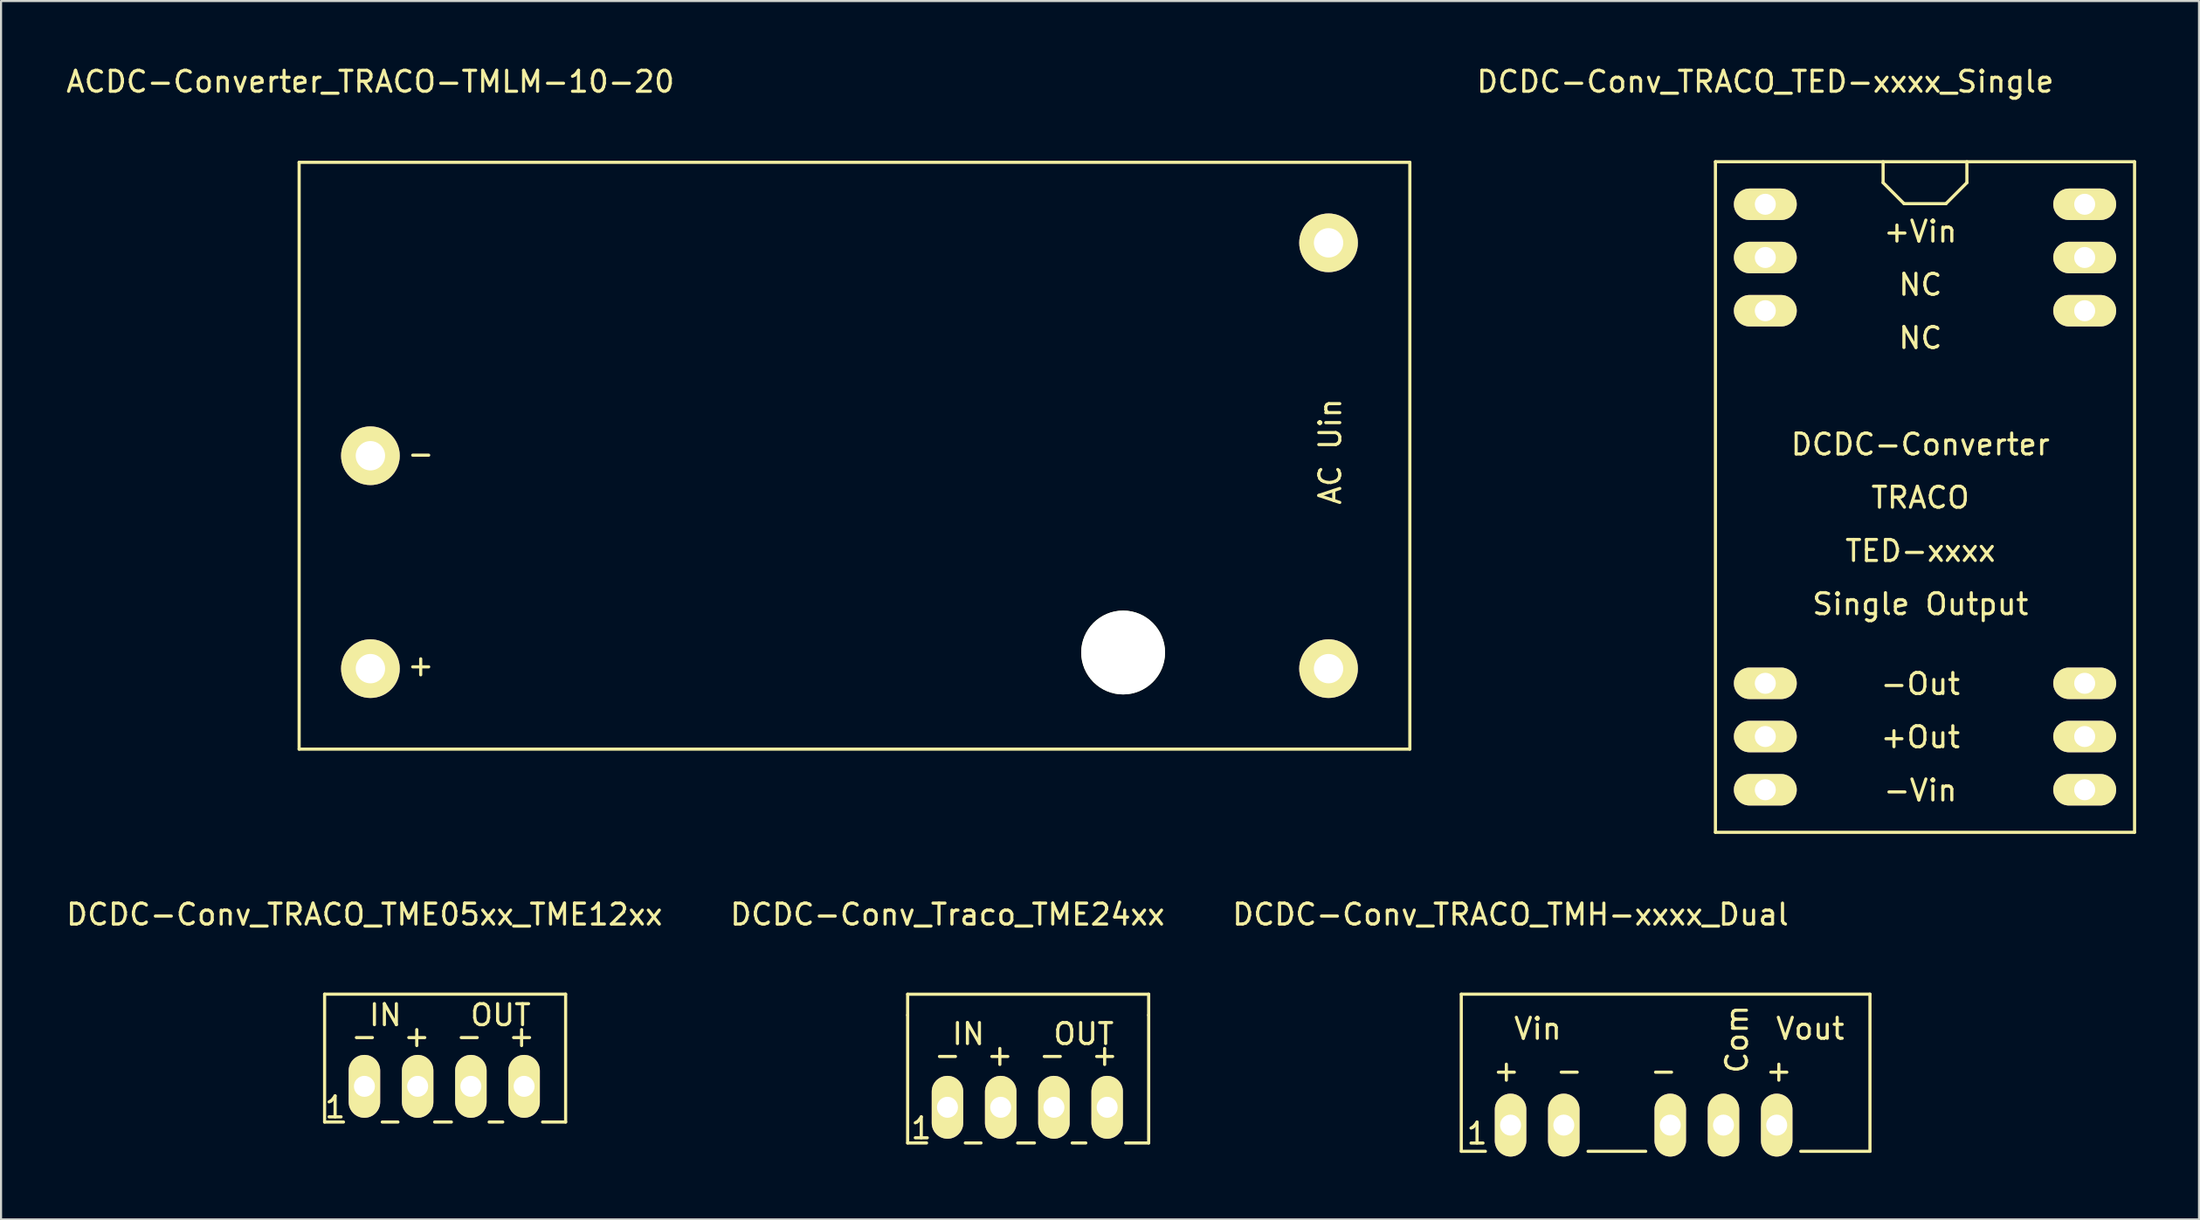
<source format=kicad_pcb>
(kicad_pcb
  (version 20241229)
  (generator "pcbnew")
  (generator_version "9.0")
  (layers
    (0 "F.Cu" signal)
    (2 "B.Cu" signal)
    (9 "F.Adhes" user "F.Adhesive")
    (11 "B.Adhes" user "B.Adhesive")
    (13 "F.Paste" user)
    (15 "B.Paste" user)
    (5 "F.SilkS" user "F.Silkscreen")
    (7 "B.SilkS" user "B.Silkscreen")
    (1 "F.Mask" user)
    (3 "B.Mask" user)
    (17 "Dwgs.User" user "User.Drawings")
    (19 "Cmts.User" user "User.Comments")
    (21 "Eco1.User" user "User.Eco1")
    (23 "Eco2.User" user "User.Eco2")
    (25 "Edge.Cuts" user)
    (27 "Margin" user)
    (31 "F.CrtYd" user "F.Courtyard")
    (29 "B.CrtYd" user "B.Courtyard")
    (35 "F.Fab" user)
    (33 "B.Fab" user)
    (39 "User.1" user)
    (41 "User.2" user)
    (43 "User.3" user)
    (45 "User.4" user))
  (footprint "ACDC-Converter_TRACO-TMLM-10-20"
    (layer "F.Cu")
    (at 14.625 18.698)
    (property "Reference" "ACDC-Converter_TRACO-TMLM-10-20" (at 0 -17.85 0) (layer "F.SilkS") (effects (font (size 1 1) (thickness 0.15))))
    (attr through_hole)
    (fp_line (start -3.401 -14.001) (end 49.599 -14.001) (stroke (width 0.15) (type solid)) (layer "F.SilkS"))
    (fp_line (start -3.401 14.001) (end -3.401 -14.001) (stroke (width 0.15) (type solid)) (layer "F.SilkS"))
    (fp_line (start 49.599 -14.001) (end 49.599 14.001) (stroke (width 0.15) (type solid)) (layer "F.SilkS"))
    (fp_line (start 49.599 14.001) (end -3.401 14.001) (stroke (width 0.15) (type solid)) (layer "F.SilkS"))
    (fp_text user "AC Uin" (at 45.8 -0.2 90) (layer "F.SilkS") (effects (font (size 1 1) (thickness 0.15))))
    (fp_text user "-" (at 2.4 -0.1 0) (layer "F.SilkS") (effects (font (size 1 1) (thickness 0.15))))
    (fp_text user "+" (at 2.4 10 0) (layer "F.SilkS") (effects (font (size 1 1) (thickness 0.15))))
    (pad "" np_thru_hole circle (at 35.918 9.39) (size 4 4) (drill 4) (layers "*.Cu" "*.Mask" "F.SilkS"))
    (pad "1" thru_hole circle (at 0 0) (size 2.799 2.799) (drill 1.4) (layers "*.Cu" "*.Mask" "F.SilkS"))
    (pad "2" thru_hole circle (at 0 10.16) (size 2.799 2.799) (drill 1.4) (layers "*.Cu" "*.Mask" "F.SilkS"))
    (pad "3" thru_hole circle (at 45.72 10.16) (size 2.799 2.799) (drill 1.4) (layers "*.Cu" "*.Mask" "F.SilkS"))
    (pad "4" thru_hole circle (at 45.72 -10.16) (size 2.799 2.799) (drill 1.4) (layers "*.Cu" "*.Mask" "F.SilkS")))
  (footprint "DCDC-Conv_Traco_TME24xx"
    (layer "F.Cu")
    (at 42.161 49.791)
    (property "Reference" "DCDC-Conv_Traco_TME24xx" (at 0 -9.2 0) (layer "F.SilkS") (effects (font (size 1 1) (thickness 0.15))))
    (attr through_hole)
    (fp_line (start -1.9 -5.397) (end -1.9 -4.399) (stroke (width 0.15) (type solid)) (layer "F.SilkS"))
    (fp_line (start -1.9 -4.399) (end -1.9 1.702) (stroke (width 0.15) (type solid)) (layer "F.SilkS"))
    (fp_line (start -0.998 1.702) (end -1.9 1.702) (stroke (width 0.15) (type solid)) (layer "F.SilkS"))
    (fp_line (start 1.6 1.702) (end 0.851 1.702) (stroke (width 0.15) (type solid)) (layer "F.SilkS"))
    (fp_line (start 4.15 1.702) (end 3.35 1.702) (stroke (width 0.15) (type solid)) (layer "F.SilkS"))
    (fp_line (start 6.601 1.702) (end 5.951 1.702) (stroke (width 0.15) (type solid)) (layer "F.SilkS"))
    (fp_line (start 9.601 -5.397) (end -1.9 -5.397) (stroke (width 0.15) (type solid)) (layer "F.SilkS"))
    (fp_line (start 9.601 -4.399) (end 9.601 -5.397) (stroke (width 0.15) (type solid)) (layer "F.SilkS"))
    (fp_line (start 9.601 1.702) (end 8.501 1.702) (stroke (width 0.15) (type solid)) (layer "F.SilkS"))
    (fp_line (start 9.601 1.702) (end 9.601 -4.399) (stroke (width 0.15) (type solid)) (layer "F.SilkS"))
    (fp_text user "-" (at -0.001 -2.5 0) (layer "F.SilkS") (effects (font (size 1 1) (thickness 0.15))))
    (fp_text user "OUT" (at 6.499 -3.499 0) (layer "F.SilkS") (effects (font (size 1 1) (thickness 0.15))))
    (fp_text user "IN" (at 1 -3.499 0) (layer "F.SilkS") (effects (font (size 1 1) (thickness 0.15))))
    (fp_text user "-" (at 5.001 -2.5 0) (layer "F.SilkS") (effects (font (size 1 1) (thickness 0.15))))
    (fp_text user "+" (at 2.499 -2.5 0) (layer "F.SilkS") (effects (font (size 1 1) (thickness 0.15))))
    (fp_text user "+" (at 7.5 -2.5 0) (layer "F.SilkS") (effects (font (size 1 1) (thickness 0.15))))
    (fp_text user "1" (at -1.25 1 0) (layer "F.SilkS") (effects (font (size 1 1) (thickness 0.15))))
    (pad "1" thru_hole oval (at 0 0) (size 1.501 3) (drill 1.001) (layers "*.Cu" "*.Mask" "F.SilkS"))
    (pad "2" thru_hole oval (at 2.54 0) (size 1.501 3) (drill 1.001) (layers "*.Cu" "*.Mask" "F.SilkS"))
    (pad "3" thru_hole oval (at 5.08 0) (size 1.501 3) (drill 1.001) (layers "*.Cu" "*.Mask" "F.SilkS"))
    (pad "4" thru_hole oval (at 7.62 0) (size 1.501 3) (drill 1.001) (layers "*.Cu" "*.Mask" "F.SilkS")))
  (footprint "DCDC-Conv_TRACO_TED-xxxx_Single"
    (layer "F.Cu")
    (at 81.186 6.698)
    (property "Reference" "DCDC-Conv_TRACO_TED-xxxx_Single" (at 0 -5.85 0) (layer "F.SilkS") (effects (font (size 1 1) (thickness 0.15))))
    (attr through_hole)
    (fp_line (start -2.38 -2.029) (end -2.38 29.97) (stroke (width 0.15) (type solid)) (layer "F.SilkS"))
    (fp_line (start -2.38 29.97) (end 17.62 29.97) (stroke (width 0.15) (type solid)) (layer "F.SilkS"))
    (fp_line (start 5.621 -2.029) (end 5.621 -1.031) (stroke (width 0.15) (type solid)) (layer "F.SilkS"))
    (fp_line (start 5.621 -1.031) (end 6.619 -0.03) (stroke (width 0.15) (type solid)) (layer "F.SilkS"))
    (fp_line (start 6.619 -0.03) (end 8.621 -0.03) (stroke (width 0.15) (type solid)) (layer "F.SilkS"))
    (fp_line (start 8.621 -0.03) (end 9.619 -1.031) (stroke (width 0.15) (type solid)) (layer "F.SilkS"))
    (fp_line (start 9.619 -1.031) (end 9.619 -2.029) (stroke (width 0.15) (type solid)) (layer "F.SilkS"))
    (fp_line (start 17.62 -2.029) (end -2.38 -2.029) (stroke (width 0.15) (type solid)) (layer "F.SilkS"))
    (fp_line (start 17.62 29.97) (end 17.62 -2.029) (stroke (width 0.15) (type solid)) (layer "F.SilkS"))
    (fp_text user "TED-xxxx" (at 7.4 16.54 0) (layer "F.SilkS") (effects (font (size 1 1) (thickness 0.15))))
    (fp_text user "-Out" (at 7.4 22.89 0) (layer "F.SilkS") (effects (font (size 1 1) (thickness 0.15))))
    (fp_text user "Single Output" (at 7.4 19.08 0) (layer "F.SilkS") (effects (font (size 1 1) (thickness 0.15))))
    (fp_text user "NC" (at 7.4 3.84 0) (layer "F.SilkS") (effects (font (size 1 1) (thickness 0.15))))
    (fp_text user "+Out" (at 7.4 25.43 0) (layer "F.SilkS") (effects (font (size 1 1) (thickness 0.15))))
    (fp_text user "NC" (at 7.4 6.38 0) (layer "F.SilkS") (effects (font (size 1 1) (thickness 0.15))))
    (fp_text user "-Vin" (at 7.4 27.97 0) (layer "F.SilkS") (effects (font (size 1 1) (thickness 0.15))))
    (fp_text user "DCDC-Converter" (at 7.4 11.46 0) (layer "F.SilkS") (effects (font (size 1 1) (thickness 0.15))))
    (fp_text user "TRACO" (at 7.4 14 0) (layer "F.SilkS") (effects (font (size 1 1) (thickness 0.15))))
    (fp_text user "+Vin" (at 7.4 1.3 0) (layer "F.SilkS") (effects (font (size 1 1) (thickness 0.15))))
    (pad "1" thru_hole oval (at 0 0) (size 3 1.501) (drill 1.001) (layers "*.Cu" "*.Mask" "F.SilkS"))
    (pad "2" thru_hole oval (at 0 2.54) (size 3 1.501) (drill 1.001) (layers "*.Cu" "*.Mask" "F.SilkS"))
    (pad "3" thru_hole oval (at 0 5.08) (size 3 1.501) (drill 1.001) (layers "*.Cu" "*.Mask" "F.SilkS"))
    (pad "10" thru_hole oval (at 0 22.86) (size 3 1.501) (drill 1.001) (layers "*.Cu" "*.Mask" "F.SilkS"))
    (pad "11" thru_hole oval (at 0 25.4) (size 3 1.501) (drill 1.001) (layers "*.Cu" "*.Mask" "F.SilkS"))
    (pad "12" thru_hole oval (at 0 27.94) (size 3 1.501) (drill 1.001) (layers "*.Cu" "*.Mask" "F.SilkS"))
    (pad "13" thru_hole oval (at 15.24 27.94) (size 3 1.501) (drill 1.001) (layers "*.Cu" "*.Mask" "F.SilkS"))
    (pad "14" thru_hole oval (at 15.24 25.4) (size 3 1.501) (drill 1.001) (layers "*.Cu" "*.Mask" "F.SilkS"))
    (pad "15" thru_hole oval (at 15.24 22.86) (size 3 1.501) (drill 1.001) (layers "*.Cu" "*.Mask" "F.SilkS"))
    (pad "22" thru_hole oval (at 15.24 5.08) (size 3 1.501) (drill 1.001) (layers "*.Cu" "*.Mask" "F.SilkS"))
    (pad "23" thru_hole oval (at 15.24 2.54) (size 3 1.501) (drill 1.001) (layers "*.Cu" "*.Mask" "F.SilkS"))
    (pad "24" thru_hole oval (at 15.24 0) (size 3 1.501) (drill 1.001) (layers "*.Cu" "*.Mask" "F.SilkS")))
  (footprint "DCDC-Conv_TRACO_TME05xx_TME12xx"
    (layer "F.Cu")
    (at 14.339 48.791)
    (property "Reference" "DCDC-Conv_TRACO_TME05xx_TME12xx" (at 0 -8.2 0) (layer "F.SilkS") (effects (font (size 1 1) (thickness 0.15))))
    (attr through_hole)
    (fp_line (start -1.9 -4.399) (end -1.9 1.702) (stroke (width 0.15) (type solid)) (layer "F.SilkS"))
    (fp_line (start -0.998 1.702) (end -1.9 1.702) (stroke (width 0.15) (type solid)) (layer "F.SilkS"))
    (fp_line (start 1.6 1.702) (end 0.851 1.702) (stroke (width 0.15) (type solid)) (layer "F.SilkS"))
    (fp_line (start 4.15 1.702) (end 3.35 1.702) (stroke (width 0.15) (type solid)) (layer "F.SilkS"))
    (fp_line (start 6.601 1.702) (end 5.951 1.702) (stroke (width 0.15) (type solid)) (layer "F.SilkS"))
    (fp_line (start 9.601 -4.399) (end -1.9 -4.399) (stroke (width 0.15) (type solid)) (layer "F.SilkS"))
    (fp_line (start 9.601 1.702) (end 8.501 1.702) (stroke (width 0.15) (type solid)) (layer "F.SilkS"))
    (fp_line (start 9.601 1.702) (end 9.601 -4.399) (stroke (width 0.15) (type solid)) (layer "F.SilkS"))
    (fp_text user "+" (at 7.5 -2.401 0) (layer "F.SilkS") (effects (font (size 1 1) (thickness 0.15))))
    (fp_text user "IN" (at 1 -3.399 0) (layer "F.SilkS") (effects (font (size 1 1) (thickness 0.15))))
    (fp_text user "-" (at -0.001 -2.401 0) (layer "F.SilkS") (effects (font (size 1 1) (thickness 0.15))))
    (fp_text user "-" (at 5.001 -2.401 0) (layer "F.SilkS") (effects (font (size 1 1) (thickness 0.15))))
    (fp_text user "+" (at 2.499 -2.401 0) (layer "F.SilkS") (effects (font (size 1 1) (thickness 0.15))))
    (fp_text user "OUT" (at 6.499 -3.399 0) (layer "F.SilkS") (effects (font (size 1 1) (thickness 0.15))))
    (fp_text user "1" (at -1.4 1 0) (layer "F.SilkS") (effects (font (size 1 1) (thickness 0.15))))
    (pad "1" thru_hole oval (at 0 0) (size 1.501 3) (drill 1.001) (layers "*.Cu" "*.Mask" "F.SilkS"))
    (pad "2" thru_hole oval (at 2.54 0) (size 1.501 3) (drill 1.001) (layers "*.Cu" "*.Mask" "F.SilkS"))
    (pad "3" thru_hole oval (at 5.08 0) (size 1.501 3) (drill 1.001) (layers "*.Cu" "*.Mask" "F.SilkS"))
    (pad "4" thru_hole oval (at 7.62 0) (size 1.501 3) (drill 1.001) (layers "*.Cu" "*.Mask" "F.SilkS")))
  (footprint "DCDC-Conv_TRACO_TMH-xxxx_Dual"
    (layer "F.Cu")
    (at 69.03 50.641)
    (property "Reference" "DCDC-Conv_TRACO_TMH-xxxx_Dual" (at 0 -10.05 0) (layer "F.SilkS") (effects (font (size 1 1) (thickness 0.15))))
    (attr through_hole)
    (fp_line (start -2.352 -6.248) (end -2.352 1.25) (stroke (width 0.15) (type solid)) (layer "F.SilkS"))
    (fp_line (start -1.201 1.25) (end -2.352 1.25) (stroke (width 0.15) (type solid)) (layer "F.SilkS"))
    (fp_line (start 6.449 1.25) (end 3.698 1.25) (stroke (width 0.15) (type solid)) (layer "F.SilkS"))
    (fp_line (start 17.15 -6.248) (end -2.352 -6.248) (stroke (width 0.15) (type solid)) (layer "F.SilkS"))
    (fp_line (start 17.15 1.25) (end 13.848 1.25) (stroke (width 0.15) (type solid)) (layer "F.SilkS"))
    (fp_line (start 17.15 1.25) (end 17.15 -6.248) (stroke (width 0.15) (type solid)) (layer "F.SilkS"))
    (fp_text user "Vout" (at 14.3 -4.599 0) (layer "F.SilkS") (effects (font (size 1 1) (thickness 0.15))))
    (fp_text user "1" (at -1.6 0.4 0) (layer "F.SilkS") (effects (font (size 1 1) (thickness 0.15))))
    (fp_text user "-" (at 7.3 -2.6 0) (layer "F.SilkS") (effects (font (size 1 1) (thickness 0.15))))
    (fp_text user "Com" (at 10.8 -4.101 90) (layer "F.SilkS") (effects (font (size 1 1) (thickness 0.15))))
    (fp_text user "+" (at 12.801 -2.6 0) (layer "F.SilkS") (effects (font (size 1 1) (thickness 0.15))))
    (fp_text user "+" (at -0.201 -2.6 0) (layer "F.SilkS") (effects (font (size 1 1) (thickness 0.15))))
    (fp_text user "Vin" (at 1.3 -4.599 0) (layer "F.SilkS") (effects (font (size 1 1) (thickness 0.15))))
    (fp_text user "-" (at 2.799 -2.6 0) (layer "F.SilkS") (effects (font (size 1 1) (thickness 0.15))))
    (pad "1" thru_hole oval (at 0 0) (size 1.501 3) (drill 1.001) (layers "*.Cu" "*.Mask" "F.SilkS"))
    (pad "2" thru_hole oval (at 2.54 0) (size 1.501 3) (drill 1.001) (layers "*.Cu" "*.Mask" "F.SilkS"))
    (pad "4" thru_hole oval (at 7.62 0) (size 1.501 3) (drill 1.001) (layers "*.Cu" "*.Mask" "F.SilkS"))
    (pad "5" thru_hole oval (at 10.16 0) (size 1.501 3) (drill 1.001) (layers "*.Cu" "*.Mask" "F.SilkS"))
    (pad "6" thru_hole oval (at 12.7 0) (size 1.501 3) (drill 1.001) (layers "*.Cu" "*.Mask" "F.SilkS")))
  (gr_rect
    (start -3 -3)
    (end 101.881 55.141)
    (stroke (width 0.1) (type default))
    (fill no)
    (layer "Edge.Cuts")))
</source>
